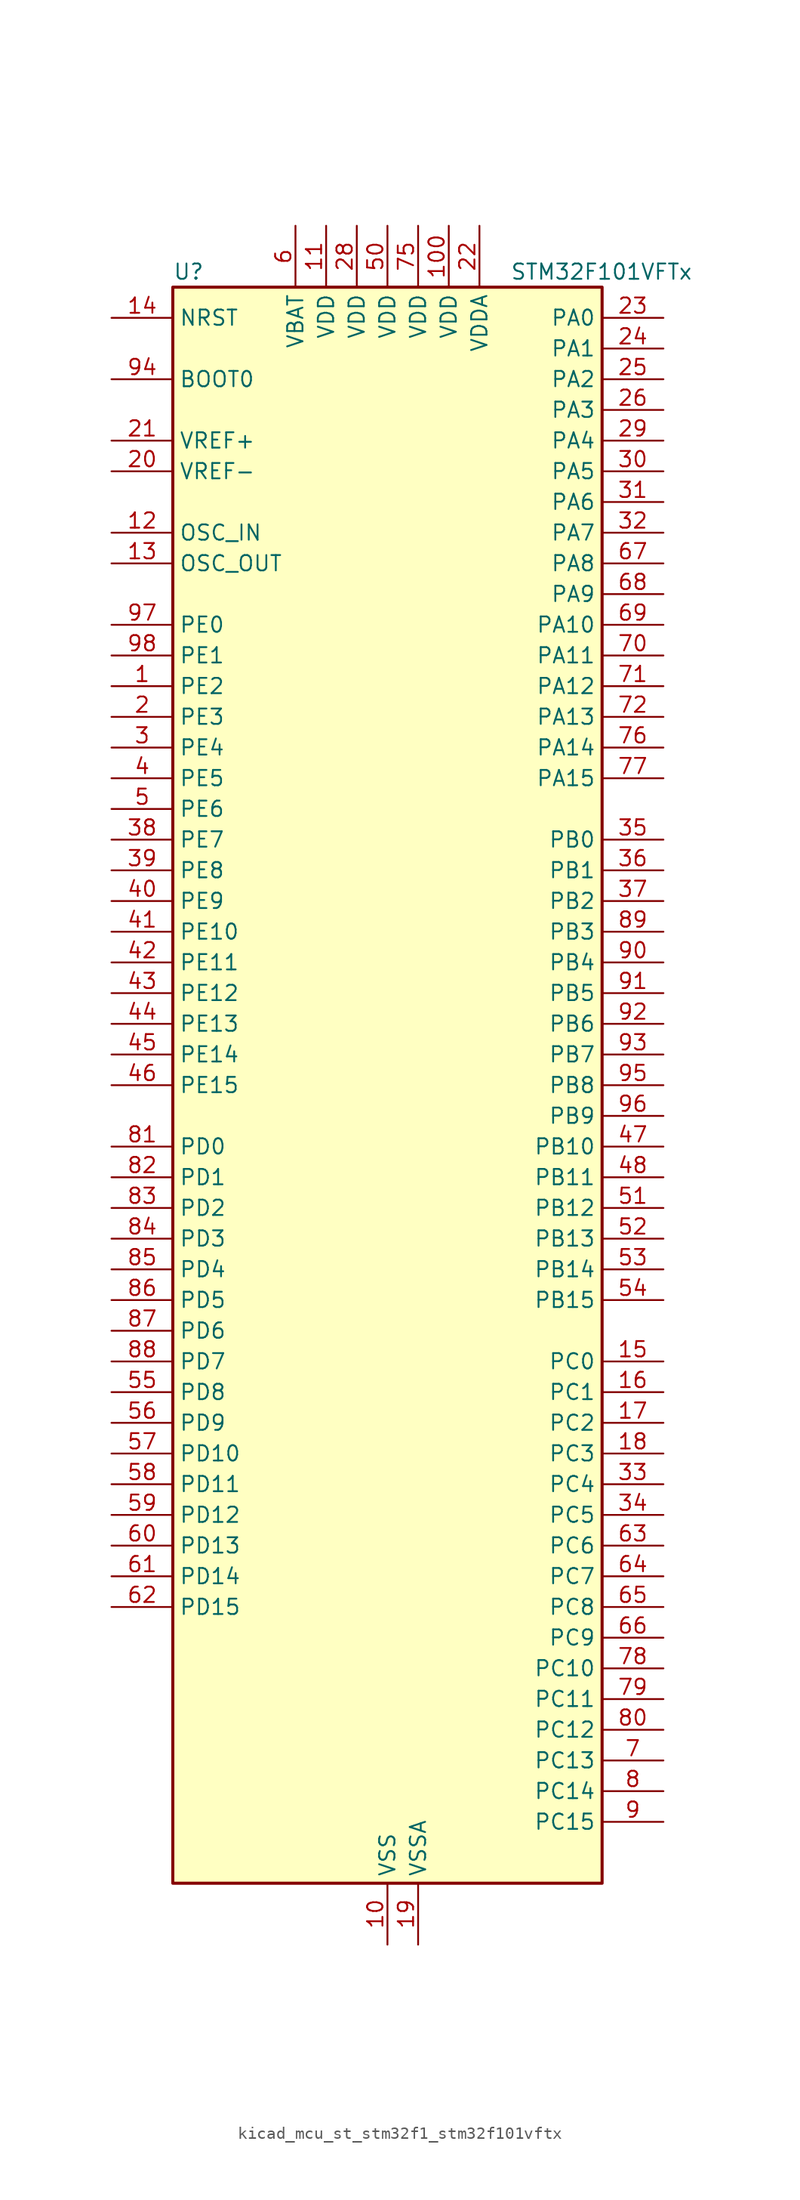
<source format=kicad_sym>
(kicad_symbol_lib
  (version 20220914)
  (generator kicad_symbol_editor)
  (symbol "kicad_mcu_st_stm32f1_stm32f101vftx"
    (property "Reference" "U"
      (at -17.78 67.31 0)
      (effects (font (size 1.27 1.27)) (justify left)))
    (property "Value" "STM32F101VFTx"
      (at 10.16 67.31 0)
      (effects (font (size 1.27 1.27)) (justify left)))
    (property "ki_locked" ""
      (at 0 0 0)
      (effects (font (size 1.27 1.27))))
    (symbol "kicad_mcu_st_stm32f1_stm32f101vftx_0_1"
      (rectangle (start -17.78 -66.04) (end 17.78 66.04) (stroke (width 0.254) (type default)) (fill (type background))))
    (symbol "kicad_mcu_st_stm32f1_stm32f101vftx_1_1"
      (pin bidirectional line (at -22.86 33.02 0) (length 5.08) (name "PE2" (effects (font (size 1.27 1.27)))) (number "1" (effects (font (size 1.27 1.27)))) (alternate "FSMC_A23" bidirectional line) (alternate "SYS_TRACECLK" bidirectional line))
      (pin power_in line (at 0 -71.12 90) (length 5.08) (name "VSS" (effects (font (size 1.27 1.27)))) (number "10" (effects (font (size 1.27 1.27)))))
      (pin power_in line (at 5.08 71.12 270) (length 5.08) (name "VDD" (effects (font (size 1.27 1.27)))) (number "100" (effects (font (size 1.27 1.27)))))
      (pin power_in line (at -5.08 71.12 270) (length 5.08) (name "VDD" (effects (font (size 1.27 1.27)))) (number "11" (effects (font (size 1.27 1.27)))))
      (pin input line (at -22.86 45.72 0) (length 5.08) (name "OSC_IN" (effects (font (size 1.27 1.27)))) (number "12" (effects (font (size 1.27 1.27)))) (alternate "RCC_OSC_IN" bidirectional line))
      (pin input line (at -22.86 43.18 0) (length 5.08) (name "OSC_OUT" (effects (font (size 1.27 1.27)))) (number "13" (effects (font (size 1.27 1.27)))) (alternate "RCC_OSC_OUT" bidirectional line))
      (pin input line (at -22.86 63.5 0) (length 5.08) (name "NRST" (effects (font (size 1.27 1.27)))) (number "14" (effects (font (size 1.27 1.27)))))
      (pin bidirectional line (at 22.86 -22.86 180) (length 5.08) (name "PC0" (effects (font (size 1.27 1.27)))) (number "15" (effects (font (size 1.27 1.27)))) (alternate "ADC1_IN10" bidirectional line))
      (pin bidirectional line (at 22.86 -25.4 180) (length 5.08) (name "PC1" (effects (font (size 1.27 1.27)))) (number "16" (effects (font (size 1.27 1.27)))) (alternate "ADC1_IN11" bidirectional line))
      (pin bidirectional line (at 22.86 -27.94 180) (length 5.08) (name "PC2" (effects (font (size 1.27 1.27)))) (number "17" (effects (font (size 1.27 1.27)))) (alternate "ADC1_IN12" bidirectional line))
      (pin bidirectional line (at 22.86 -30.48 180) (length 5.08) (name "PC3" (effects (font (size 1.27 1.27)))) (number "18" (effects (font (size 1.27 1.27)))) (alternate "ADC1_IN13" bidirectional line))
      (pin power_in line (at 2.54 -71.12 90) (length 5.08) (name "VSSA" (effects (font (size 1.27 1.27)))) (number "19" (effects (font (size 1.27 1.27)))))
      (pin bidirectional line (at -22.86 30.48 0) (length 5.08) (name "PE3" (effects (font (size 1.27 1.27)))) (number "2" (effects (font (size 1.27 1.27)))) (alternate "FSMC_A19" bidirectional line) (alternate "SYS_TRACED0" bidirectional line))
      (pin input line (at -22.86 50.8 0) (length 5.08) (name "VREF-" (effects (font (size 1.27 1.27)))) (number "20" (effects (font (size 1.27 1.27)))))
      (pin input line (at -22.86 53.34 0) (length 5.08) (name "VREF+" (effects (font (size 1.27 1.27)))) (number "21" (effects (font (size 1.27 1.27)))))
      (pin power_in line (at 7.62 71.12 270) (length 5.08) (name "VDDA" (effects (font (size 1.27 1.27)))) (number "22" (effects (font (size 1.27 1.27)))))
      (pin bidirectional line (at 22.86 63.5 180) (length 5.08) (name "PA0" (effects (font (size 1.27 1.27)))) (number "23" (effects (font (size 1.27 1.27)))) (alternate "ADC1_IN0" bidirectional line) (alternate "SYS_WKUP" bidirectional line) (alternate "TIM2_CH1" bidirectional line) (alternate "TIM2_ETR" bidirectional line) (alternate "TIM5_CH1" bidirectional line) (alternate "USART2_CTS" bidirectional line))
      (pin bidirectional line (at 22.86 60.96 180) (length 5.08) (name "PA1" (effects (font (size 1.27 1.27)))) (number "24" (effects (font (size 1.27 1.27)))) (alternate "ADC1_IN1" bidirectional line) (alternate "TIM2_CH2" bidirectional line) (alternate "TIM5_CH2" bidirectional line) (alternate "USART2_RTS" bidirectional line))
      (pin bidirectional line (at 22.86 58.42 180) (length 5.08) (name "PA2" (effects (font (size 1.27 1.27)))) (number "25" (effects (font (size 1.27 1.27)))) (alternate "ADC1_IN2" bidirectional line) (alternate "TIM2_CH3" bidirectional line) (alternate "TIM5_CH3" bidirectional line) (alternate "TIM9_CH1" bidirectional line) (alternate "USART2_TX" bidirectional line))
      (pin bidirectional line (at 22.86 55.88 180) (length 5.08) (name "PA3" (effects (font (size 1.27 1.27)))) (number "26" (effects (font (size 1.27 1.27)))) (alternate "ADC1_IN3" bidirectional line) (alternate "TIM2_CH4" bidirectional line) (alternate "TIM5_CH4" bidirectional line) (alternate "TIM9_CH2" bidirectional line) (alternate "USART2_RX" bidirectional line))
      (pin passive line (at 0 -71.12 90) (length 5.08) hide (name "VSS" (effects (font (size 1.27 1.27)))) (number "27" (effects (font (size 1.27 1.27)))))
      (pin power_in line (at -2.54 71.12 270) (length 5.08) (name "VDD" (effects (font (size 1.27 1.27)))) (number "28" (effects (font (size 1.27 1.27)))))
      (pin bidirectional line (at 22.86 53.34 180) (length 5.08) (name "PA4" (effects (font (size 1.27 1.27)))) (number "29" (effects (font (size 1.27 1.27)))) (alternate "ADC1_IN4" bidirectional line) (alternate "DAC_OUT1" bidirectional line) (alternate "SPI1_NSS" bidirectional line) (alternate "USART2_CK" bidirectional line))
      (pin bidirectional line (at -22.86 27.94 0) (length 5.08) (name "PE4" (effects (font (size 1.27 1.27)))) (number "3" (effects (font (size 1.27 1.27)))) (alternate "FSMC_A20" bidirectional line) (alternate "SYS_TRACED1" bidirectional line))
      (pin bidirectional line (at 22.86 50.8 180) (length 5.08) (name "PA5" (effects (font (size 1.27 1.27)))) (number "30" (effects (font (size 1.27 1.27)))) (alternate "ADC1_IN5" bidirectional line) (alternate "DAC_OUT2" bidirectional line) (alternate "SPI1_SCK" bidirectional line))
      (pin bidirectional line (at 22.86 48.26 180) (length 5.08) (name "PA6" (effects (font (size 1.27 1.27)))) (number "31" (effects (font (size 1.27 1.27)))) (alternate "ADC1_IN6" bidirectional line) (alternate "SPI1_MISO" bidirectional line) (alternate "TIM13_CH1" bidirectional line) (alternate "TIM3_CH1" bidirectional line))
      (pin bidirectional line (at 22.86 45.72 180) (length 5.08) (name "PA7" (effects (font (size 1.27 1.27)))) (number "32" (effects (font (size 1.27 1.27)))) (alternate "ADC1_IN7" bidirectional line) (alternate "SPI1_MOSI" bidirectional line) (alternate "TIM14_CH1" bidirectional line) (alternate "TIM3_CH2" bidirectional line))
      (pin bidirectional line (at 22.86 -33.02 180) (length 5.08) (name "PC4" (effects (font (size 1.27 1.27)))) (number "33" (effects (font (size 1.27 1.27)))) (alternate "ADC1_IN14" bidirectional line))
      (pin bidirectional line (at 22.86 -35.56 180) (length 5.08) (name "PC5" (effects (font (size 1.27 1.27)))) (number "34" (effects (font (size 1.27 1.27)))) (alternate "ADC1_IN15" bidirectional line))
      (pin bidirectional line (at 22.86 20.32 180) (length 5.08) (name "PB0" (effects (font (size 1.27 1.27)))) (number "35" (effects (font (size 1.27 1.27)))) (alternate "ADC1_IN8" bidirectional line) (alternate "TIM3_CH3" bidirectional line))
      (pin bidirectional line (at 22.86 17.78 180) (length 5.08) (name "PB1" (effects (font (size 1.27 1.27)))) (number "36" (effects (font (size 1.27 1.27)))) (alternate "ADC1_IN9" bidirectional line) (alternate "TIM3_CH4" bidirectional line))
      (pin bidirectional line (at 22.86 15.24 180) (length 5.08) (name "PB2" (effects (font (size 1.27 1.27)))) (number "37" (effects (font (size 1.27 1.27)))))
      (pin bidirectional line (at -22.86 20.32 0) (length 5.08) (name "PE7" (effects (font (size 1.27 1.27)))) (number "38" (effects (font (size 1.27 1.27)))) (alternate "FSMC_D4" bidirectional line) (alternate "FSMC_DA4" bidirectional line))
      (pin bidirectional line (at -22.86 17.78 0) (length 5.08) (name "PE8" (effects (font (size 1.27 1.27)))) (number "39" (effects (font (size 1.27 1.27)))) (alternate "FSMC_D5" bidirectional line) (alternate "FSMC_DA5" bidirectional line))
      (pin bidirectional line (at -22.86 25.4 0) (length 5.08) (name "PE5" (effects (font (size 1.27 1.27)))) (number "4" (effects (font (size 1.27 1.27)))) (alternate "FSMC_A21" bidirectional line) (alternate "SYS_TRACED2" bidirectional line) (alternate "TIM9_CH1" bidirectional line))
      (pin bidirectional line (at -22.86 15.24 0) (length 5.08) (name "PE9" (effects (font (size 1.27 1.27)))) (number "40" (effects (font (size 1.27 1.27)))) (alternate "DAC_EXTI9" bidirectional line) (alternate "FSMC_D6" bidirectional line) (alternate "FSMC_DA6" bidirectional line))
      (pin bidirectional line (at -22.86 12.7 0) (length 5.08) (name "PE10" (effects (font (size 1.27 1.27)))) (number "41" (effects (font (size 1.27 1.27)))) (alternate "FSMC_D7" bidirectional line) (alternate "FSMC_DA7" bidirectional line))
      (pin bidirectional line (at -22.86 10.16 0) (length 5.08) (name "PE11" (effects (font (size 1.27 1.27)))) (number "42" (effects (font (size 1.27 1.27)))) (alternate "ADC1_EXTI11" bidirectional line) (alternate "FSMC_D8" bidirectional line) (alternate "FSMC_DA8" bidirectional line))
      (pin bidirectional line (at -22.86 7.62 0) (length 5.08) (name "PE12" (effects (font (size 1.27 1.27)))) (number "43" (effects (font (size 1.27 1.27)))) (alternate "FSMC_D9" bidirectional line) (alternate "FSMC_DA9" bidirectional line))
      (pin bidirectional line (at -22.86 5.08 0) (length 5.08) (name "PE13" (effects (font (size 1.27 1.27)))) (number "44" (effects (font (size 1.27 1.27)))) (alternate "FSMC_D10" bidirectional line) (alternate "FSMC_DA10" bidirectional line))
      (pin bidirectional line (at -22.86 2.54 0) (length 5.08) (name "PE14" (effects (font (size 1.27 1.27)))) (number "45" (effects (font (size 1.27 1.27)))) (alternate "FSMC_D11" bidirectional line) (alternate "FSMC_DA11" bidirectional line))
      (pin bidirectional line (at -22.86 0 0) (length 5.08) (name "PE15" (effects (font (size 1.27 1.27)))) (number "46" (effects (font (size 1.27 1.27)))) (alternate "ADC1_EXTI15" bidirectional line) (alternate "FSMC_D12" bidirectional line) (alternate "FSMC_DA12" bidirectional line))
      (pin bidirectional line (at 22.86 -5.08 180) (length 5.08) (name "PB10" (effects (font (size 1.27 1.27)))) (number "47" (effects (font (size 1.27 1.27)))) (alternate "I2C2_SCL" bidirectional line) (alternate "TIM2_CH3" bidirectional line) (alternate "USART3_TX" bidirectional line))
      (pin bidirectional line (at 22.86 -7.62 180) (length 5.08) (name "PB11" (effects (font (size 1.27 1.27)))) (number "48" (effects (font (size 1.27 1.27)))) (alternate "ADC1_EXTI11" bidirectional line) (alternate "I2C2_SDA" bidirectional line) (alternate "TIM2_CH4" bidirectional line) (alternate "USART3_RX" bidirectional line))
      (pin passive line (at 0 -71.12 90) (length 5.08) hide (name "VSS" (effects (font (size 1.27 1.27)))) (number "49" (effects (font (size 1.27 1.27)))))
      (pin bidirectional line (at -22.86 22.86 0) (length 5.08) (name "PE6" (effects (font (size 1.27 1.27)))) (number "5" (effects (font (size 1.27 1.27)))) (alternate "FSMC_A22" bidirectional line) (alternate "SYS_TRACED3" bidirectional line) (alternate "TIM9_CH2" bidirectional line))
      (pin power_in line (at 0 71.12 270) (length 5.08) (name "VDD" (effects (font (size 1.27 1.27)))) (number "50" (effects (font (size 1.27 1.27)))))
      (pin bidirectional line (at 22.86 -10.16 180) (length 5.08) (name "PB12" (effects (font (size 1.27 1.27)))) (number "51" (effects (font (size 1.27 1.27)))) (alternate "I2C2_SMBA" bidirectional line) (alternate "SPI2_NSS" bidirectional line) (alternate "USART3_CK" bidirectional line))
      (pin bidirectional line (at 22.86 -12.7 180) (length 5.08) (name "PB13" (effects (font (size 1.27 1.27)))) (number "52" (effects (font (size 1.27 1.27)))) (alternate "SPI2_SCK" bidirectional line) (alternate "USART3_CTS" bidirectional line))
      (pin bidirectional line (at 22.86 -15.24 180) (length 5.08) (name "PB14" (effects (font (size 1.27 1.27)))) (number "53" (effects (font (size 1.27 1.27)))) (alternate "SPI2_MISO" bidirectional line) (alternate "TIM12_CH1" bidirectional line) (alternate "USART3_RTS" bidirectional line))
      (pin bidirectional line (at 22.86 -17.78 180) (length 5.08) (name "PB15" (effects (font (size 1.27 1.27)))) (number "54" (effects (font (size 1.27 1.27)))) (alternate "ADC1_EXTI15" bidirectional line) (alternate "SPI2_MOSI" bidirectional line) (alternate "TIM12_CH2" bidirectional line))
      (pin bidirectional line (at -22.86 -25.4 0) (length 5.08) (name "PD8" (effects (font (size 1.27 1.27)))) (number "55" (effects (font (size 1.27 1.27)))) (alternate "FSMC_D13" bidirectional line) (alternate "FSMC_DA13" bidirectional line) (alternate "USART3_TX" bidirectional line))
      (pin bidirectional line (at -22.86 -27.94 0) (length 5.08) (name "PD9" (effects (font (size 1.27 1.27)))) (number "56" (effects (font (size 1.27 1.27)))) (alternate "DAC_EXTI9" bidirectional line) (alternate "FSMC_D14" bidirectional line) (alternate "FSMC_DA14" bidirectional line) (alternate "USART3_RX" bidirectional line))
      (pin bidirectional line (at -22.86 -30.48 0) (length 5.08) (name "PD10" (effects (font (size 1.27 1.27)))) (number "57" (effects (font (size 1.27 1.27)))) (alternate "FSMC_D15" bidirectional line) (alternate "FSMC_DA15" bidirectional line) (alternate "USART3_CK" bidirectional line))
      (pin bidirectional line (at -22.86 -33.02 0) (length 5.08) (name "PD11" (effects (font (size 1.27 1.27)))) (number "58" (effects (font (size 1.27 1.27)))) (alternate "ADC1_EXTI11" bidirectional line) (alternate "FSMC_A16" bidirectional line) (alternate "FSMC_CLE" bidirectional line) (alternate "USART3_CTS" bidirectional line))
      (pin bidirectional line (at -22.86 -35.56 0) (length 5.08) (name "PD12" (effects (font (size 1.27 1.27)))) (number "59" (effects (font (size 1.27 1.27)))) (alternate "FSMC_A17" bidirectional line) (alternate "FSMC_ALE" bidirectional line) (alternate "TIM4_CH1" bidirectional line) (alternate "USART3_RTS" bidirectional line))
      (pin power_in line (at -7.62 71.12 270) (length 5.08) (name "VBAT" (effects (font (size 1.27 1.27)))) (number "6" (effects (font (size 1.27 1.27)))))
      (pin bidirectional line (at -22.86 -38.1 0) (length 5.08) (name "PD13" (effects (font (size 1.27 1.27)))) (number "60" (effects (font (size 1.27 1.27)))) (alternate "FSMC_A18" bidirectional line) (alternate "TIM4_CH2" bidirectional line))
      (pin bidirectional line (at -22.86 -40.64 0) (length 5.08) (name "PD14" (effects (font (size 1.27 1.27)))) (number "61" (effects (font (size 1.27 1.27)))) (alternate "FSMC_D0" bidirectional line) (alternate "FSMC_DA0" bidirectional line) (alternate "TIM4_CH3" bidirectional line))
      (pin bidirectional line (at -22.86 -43.18 0) (length 5.08) (name "PD15" (effects (font (size 1.27 1.27)))) (number "62" (effects (font (size 1.27 1.27)))) (alternate "ADC1_EXTI15" bidirectional line) (alternate "FSMC_D1" bidirectional line) (alternate "FSMC_DA1" bidirectional line) (alternate "TIM4_CH4" bidirectional line))
      (pin bidirectional line (at 22.86 -38.1 180) (length 5.08) (name "PC6" (effects (font (size 1.27 1.27)))) (number "63" (effects (font (size 1.27 1.27)))) (alternate "TIM3_CH1" bidirectional line))
      (pin bidirectional line (at 22.86 -40.64 180) (length 5.08) (name "PC7" (effects (font (size 1.27 1.27)))) (number "64" (effects (font (size 1.27 1.27)))) (alternate "TIM3_CH2" bidirectional line))
      (pin bidirectional line (at 22.86 -43.18 180) (length 5.08) (name "PC8" (effects (font (size 1.27 1.27)))) (number "65" (effects (font (size 1.27 1.27)))) (alternate "TIM3_CH3" bidirectional line))
      (pin bidirectional line (at 22.86 -45.72 180) (length 5.08) (name "PC9" (effects (font (size 1.27 1.27)))) (number "66" (effects (font (size 1.27 1.27)))) (alternate "DAC_EXTI9" bidirectional line) (alternate "TIM3_CH4" bidirectional line))
      (pin bidirectional line (at 22.86 43.18 180) (length 5.08) (name "PA8" (effects (font (size 1.27 1.27)))) (number "67" (effects (font (size 1.27 1.27)))) (alternate "RCC_MCO" bidirectional line) (alternate "USART1_CK" bidirectional line))
      (pin bidirectional line (at 22.86 40.64 180) (length 5.08) (name "PA9" (effects (font (size 1.27 1.27)))) (number "68" (effects (font (size 1.27 1.27)))) (alternate "DAC_EXTI9" bidirectional line) (alternate "USART1_TX" bidirectional line))
      (pin bidirectional line (at 22.86 38.1 180) (length 5.08) (name "PA10" (effects (font (size 1.27 1.27)))) (number "69" (effects (font (size 1.27 1.27)))) (alternate "USART1_RX" bidirectional line))
      (pin bidirectional line (at 22.86 -55.88 180) (length 5.08) (name "PC13" (effects (font (size 1.27 1.27)))) (number "7" (effects (font (size 1.27 1.27)))) (alternate "RTC_OUT" bidirectional line) (alternate "RTC_TAMPER" bidirectional line))
      (pin bidirectional line (at 22.86 35.56 180) (length 5.08) (name "PA11" (effects (font (size 1.27 1.27)))) (number "70" (effects (font (size 1.27 1.27)))) (alternate "ADC1_EXTI11" bidirectional line) (alternate "USART1_CTS" bidirectional line))
      (pin bidirectional line (at 22.86 33.02 180) (length 5.08) (name "PA12" (effects (font (size 1.27 1.27)))) (number "71" (effects (font (size 1.27 1.27)))) (alternate "USART1_RTS" bidirectional line))
      (pin bidirectional line (at 22.86 30.48 180) (length 5.08) (name "PA13" (effects (font (size 1.27 1.27)))) (number "72" (effects (font (size 1.27 1.27)))) (alternate "SYS_JTMS-SWDIO" bidirectional line))
      (pin no_connect line (at -17.78 -66.04 0) (length 5.08) hide (name "NC" (effects (font (size 1.27 1.27)))) (number "73" (effects (font (size 1.27 1.27)))))
      (pin passive line (at 0 -71.12 90) (length 5.08) hide (name "VSS" (effects (font (size 1.27 1.27)))) (number "74" (effects (font (size 1.27 1.27)))))
      (pin power_in line (at 2.54 71.12 270) (length 5.08) (name "VDD" (effects (font (size 1.27 1.27)))) (number "75" (effects (font (size 1.27 1.27)))))
      (pin bidirectional line (at 22.86 27.94 180) (length 5.08) (name "PA14" (effects (font (size 1.27 1.27)))) (number "76" (effects (font (size 1.27 1.27)))) (alternate "SYS_JTCK-SWCLK" bidirectional line))
      (pin bidirectional line (at 22.86 25.4 180) (length 5.08) (name "PA15" (effects (font (size 1.27 1.27)))) (number "77" (effects (font (size 1.27 1.27)))) (alternate "ADC1_EXTI15" bidirectional line) (alternate "SPI1_NSS" bidirectional line) (alternate "SPI3_NSS" bidirectional line) (alternate "SYS_JTDI" bidirectional line) (alternate "TIM2_CH1" bidirectional line) (alternate "TIM2_ETR" bidirectional line))
      (pin bidirectional line (at 22.86 -48.26 180) (length 5.08) (name "PC10" (effects (font (size 1.27 1.27)))) (number "78" (effects (font (size 1.27 1.27)))) (alternate "UART4_TX" bidirectional line) (alternate "USART3_TX" bidirectional line))
      (pin bidirectional line (at 22.86 -50.8 180) (length 5.08) (name "PC11" (effects (font (size 1.27 1.27)))) (number "79" (effects (font (size 1.27 1.27)))) (alternate "ADC1_EXTI11" bidirectional line) (alternate "UART4_RX" bidirectional line) (alternate "USART3_RX" bidirectional line))
      (pin bidirectional line (at 22.86 -58.42 180) (length 5.08) (name "PC14" (effects (font (size 1.27 1.27)))) (number "8" (effects (font (size 1.27 1.27)))) (alternate "RCC_OSC32_IN" bidirectional line))
      (pin bidirectional line (at 22.86 -53.34 180) (length 5.08) (name "PC12" (effects (font (size 1.27 1.27)))) (number "80" (effects (font (size 1.27 1.27)))) (alternate "UART5_TX" bidirectional line) (alternate "USART3_CK" bidirectional line))
      (pin bidirectional line (at -22.86 -5.08 0) (length 5.08) (name "PD0" (effects (font (size 1.27 1.27)))) (number "81" (effects (font (size 1.27 1.27)))) (alternate "FSMC_D2" bidirectional line) (alternate "FSMC_DA2" bidirectional line))
      (pin bidirectional line (at -22.86 -7.62 0) (length 5.08) (name "PD1" (effects (font (size 1.27 1.27)))) (number "82" (effects (font (size 1.27 1.27)))) (alternate "FSMC_D3" bidirectional line) (alternate "FSMC_DA3" bidirectional line))
      (pin bidirectional line (at -22.86 -10.16 0) (length 5.08) (name "PD2" (effects (font (size 1.27 1.27)))) (number "83" (effects (font (size 1.27 1.27)))) (alternate "TIM3_ETR" bidirectional line) (alternate "UART5_RX" bidirectional line))
      (pin bidirectional line (at -22.86 -12.7 0) (length 5.08) (name "PD3" (effects (font (size 1.27 1.27)))) (number "84" (effects (font (size 1.27 1.27)))) (alternate "FSMC_CLK" bidirectional line) (alternate "USART2_CTS" bidirectional line))
      (pin bidirectional line (at -22.86 -15.24 0) (length 5.08) (name "PD4" (effects (font (size 1.27 1.27)))) (number "85" (effects (font (size 1.27 1.27)))) (alternate "FSMC_NOE" bidirectional line) (alternate "USART2_RTS" bidirectional line))
      (pin bidirectional line (at -22.86 -17.78 0) (length 5.08) (name "PD5" (effects (font (size 1.27 1.27)))) (number "86" (effects (font (size 1.27 1.27)))) (alternate "FSMC_NWE" bidirectional line) (alternate "USART2_TX" bidirectional line))
      (pin bidirectional line (at -22.86 -20.32 0) (length 5.08) (name "PD6" (effects (font (size 1.27 1.27)))) (number "87" (effects (font (size 1.27 1.27)))) (alternate "FSMC_NWAIT" bidirectional line) (alternate "USART2_RX" bidirectional line))
      (pin bidirectional line (at -22.86 -22.86 0) (length 5.08) (name "PD7" (effects (font (size 1.27 1.27)))) (number "88" (effects (font (size 1.27 1.27)))) (alternate "FSMC_NCE2" bidirectional line) (alternate "FSMC_NE1" bidirectional line) (alternate "USART2_CK" bidirectional line))
      (pin bidirectional line (at 22.86 12.7 180) (length 5.08) (name "PB3" (effects (font (size 1.27 1.27)))) (number "89" (effects (font (size 1.27 1.27)))) (alternate "SPI1_SCK" bidirectional line) (alternate "SPI3_SCK" bidirectional line) (alternate "SYS_JTDO-TRACESWO" bidirectional line) (alternate "TIM2_CH2" bidirectional line))
      (pin bidirectional line (at 22.86 -60.96 180) (length 5.08) (name "PC15" (effects (font (size 1.27 1.27)))) (number "9" (effects (font (size 1.27 1.27)))) (alternate "ADC1_EXTI15" bidirectional line) (alternate "RCC_OSC32_OUT" bidirectional line))
      (pin bidirectional line (at 22.86 10.16 180) (length 5.08) (name "PB4" (effects (font (size 1.27 1.27)))) (number "90" (effects (font (size 1.27 1.27)))) (alternate "SPI1_MISO" bidirectional line) (alternate "SPI3_MISO" bidirectional line) (alternate "SYS_NJTRST" bidirectional line) (alternate "TIM3_CH1" bidirectional line))
      (pin bidirectional line (at 22.86 7.62 180) (length 5.08) (name "PB5" (effects (font (size 1.27 1.27)))) (number "91" (effects (font (size 1.27 1.27)))) (alternate "I2C1_SMBA" bidirectional line) (alternate "SPI1_MOSI" bidirectional line) (alternate "SPI3_MOSI" bidirectional line) (alternate "TIM3_CH2" bidirectional line))
      (pin bidirectional line (at 22.86 5.08 180) (length 5.08) (name "PB6" (effects (font (size 1.27 1.27)))) (number "92" (effects (font (size 1.27 1.27)))) (alternate "I2C1_SCL" bidirectional line) (alternate "TIM4_CH1" bidirectional line) (alternate "USART1_TX" bidirectional line))
      (pin bidirectional line (at 22.86 2.54 180) (length 5.08) (name "PB7" (effects (font (size 1.27 1.27)))) (number "93" (effects (font (size 1.27 1.27)))) (alternate "FSMC_NL" bidirectional line) (alternate "I2C1_SDA" bidirectional line) (alternate "TIM4_CH2" bidirectional line) (alternate "USART1_RX" bidirectional line))
      (pin input line (at -22.86 58.42 0) (length 5.08) (name "BOOT0" (effects (font (size 1.27 1.27)))) (number "94" (effects (font (size 1.27 1.27)))))
      (pin bidirectional line (at 22.86 0 180) (length 5.08) (name "PB8" (effects (font (size 1.27 1.27)))) (number "95" (effects (font (size 1.27 1.27)))) (alternate "I2C1_SCL" bidirectional line) (alternate "TIM10_CH1" bidirectional line) (alternate "TIM4_CH3" bidirectional line))
      (pin bidirectional line (at 22.86 -2.54 180) (length 5.08) (name "PB9" (effects (font (size 1.27 1.27)))) (number "96" (effects (font (size 1.27 1.27)))) (alternate "DAC_EXTI9" bidirectional line) (alternate "I2C1_SDA" bidirectional line) (alternate "TIM11_CH1" bidirectional line) (alternate "TIM4_CH4" bidirectional line))
      (pin bidirectional line (at -22.86 38.1 0) (length 5.08) (name "PE0" (effects (font (size 1.27 1.27)))) (number "97" (effects (font (size 1.27 1.27)))) (alternate "FSMC_NBL0" bidirectional line) (alternate "TIM4_ETR" bidirectional line))
      (pin bidirectional line (at -22.86 35.56 0) (length 5.08) (name "PE1" (effects (font (size 1.27 1.27)))) (number "98" (effects (font (size 1.27 1.27)))) (alternate "FSMC_NBL1" bidirectional line))
      (pin passive line (at 0 -71.12 90) (length 5.08) hide (name "VSS" (effects (font (size 1.27 1.27)))) (number "99" (effects (font (size 1.27 1.27))))))))
</source>
